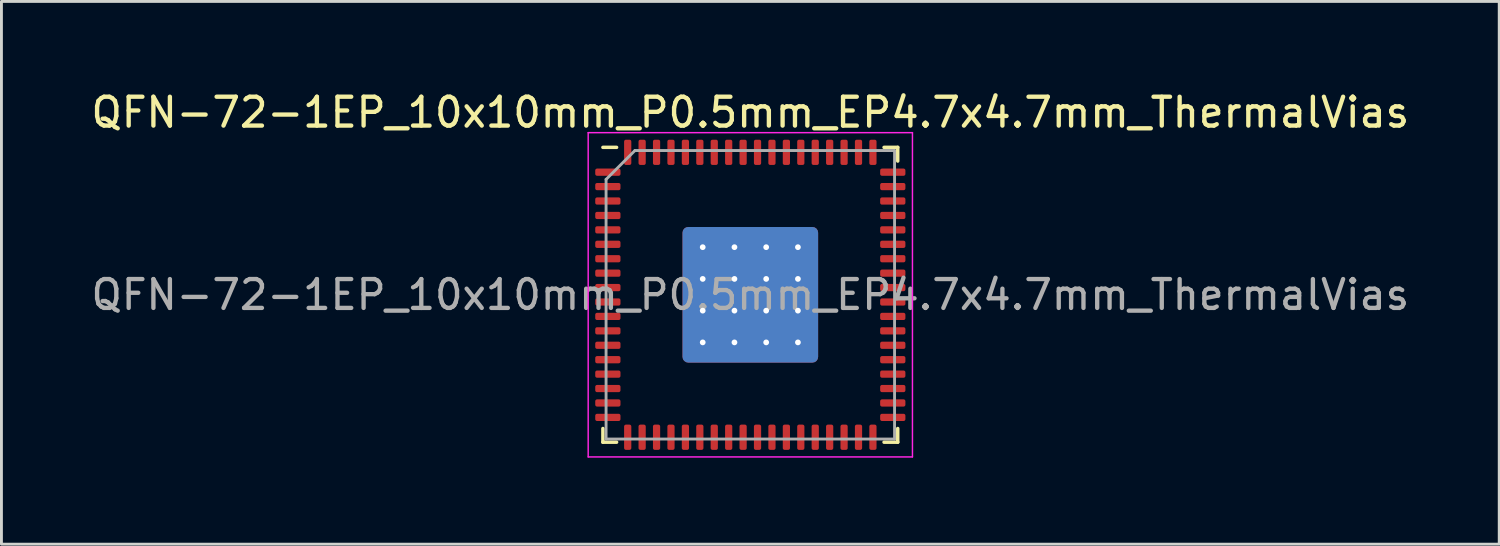
<source format=kicad_pcb>
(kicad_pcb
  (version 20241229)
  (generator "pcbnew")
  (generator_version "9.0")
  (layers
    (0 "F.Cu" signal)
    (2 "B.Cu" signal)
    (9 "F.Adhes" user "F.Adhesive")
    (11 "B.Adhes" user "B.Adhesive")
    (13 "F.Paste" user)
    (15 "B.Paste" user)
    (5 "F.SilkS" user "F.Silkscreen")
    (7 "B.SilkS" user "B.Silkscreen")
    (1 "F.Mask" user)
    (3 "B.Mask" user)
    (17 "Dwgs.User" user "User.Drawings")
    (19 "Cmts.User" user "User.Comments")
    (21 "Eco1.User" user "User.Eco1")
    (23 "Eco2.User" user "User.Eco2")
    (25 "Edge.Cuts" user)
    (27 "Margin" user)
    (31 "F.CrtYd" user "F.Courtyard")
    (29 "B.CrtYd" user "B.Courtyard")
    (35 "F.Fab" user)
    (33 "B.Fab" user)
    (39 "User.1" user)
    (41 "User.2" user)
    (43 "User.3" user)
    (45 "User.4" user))
  (footprint "QFN-72-1EP_10x10mm_P0.5mm_EP4.7x4.7mm_ThermalVias"
    (layer "F.Cu")
    (at 22.958 7.168)
    (property "Reference" "QFN-72-1EP_10x10mm_P0.5mm_EP4.7x4.7mm_ThermalVias" (at 0 -6.32 0) (layer "F.SilkS") (effects (font (size 1 1) (thickness 0.15))))
    (attr smd)
    (fp_line (start -5.11 5.11) (end -5.11 4.635) (stroke (width 0.12) (type solid)) (layer "F.SilkS"))
    (fp_line (start -4.635 -5.11) (end -5.11 -5.11) (stroke (width 0.12) (type solid)) (layer "F.SilkS"))
    (fp_line (start -4.635 5.11) (end -5.11 5.11) (stroke (width 0.12) (type solid)) (layer "F.SilkS"))
    (fp_line (start 4.635 -5.11) (end 5.11 -5.11) (stroke (width 0.12) (type solid)) (layer "F.SilkS"))
    (fp_line (start 4.635 5.11) (end 5.11 5.11) (stroke (width 0.12) (type solid)) (layer "F.SilkS"))
    (fp_line (start 5.11 -5.11) (end 5.11 -4.635) (stroke (width 0.12) (type solid)) (layer "F.SilkS"))
    (fp_line (start 5.11 5.11) (end 5.11 4.635) (stroke (width 0.12) (type solid)) (layer "F.SilkS"))
    (fp_line (start -5.62 -5.62) (end -5.62 5.62) (stroke (width 0.05) (type solid)) (layer "F.CrtYd"))
    (fp_line (start -5.62 5.62) (end 5.62 5.62) (stroke (width 0.05) (type solid)) (layer "F.CrtYd"))
    (fp_line (start 5.62 -5.62) (end -5.62 -5.62) (stroke (width 0.05) (type solid)) (layer "F.CrtYd"))
    (fp_line (start 5.62 5.62) (end 5.62 -5.62) (stroke (width 0.05) (type solid)) (layer "F.CrtYd"))
    (fp_line (start -5 -4) (end -4 -5) (stroke (width 0.1) (type solid)) (layer "F.Fab"))
    (fp_line (start -5 5) (end -5 -4) (stroke (width 0.1) (type solid)) (layer "F.Fab"))
    (fp_line (start -4 -5) (end 5 -5) (stroke (width 0.1) (type solid)) (layer "F.Fab"))
    (fp_line (start 5 -5) (end 5 5) (stroke (width 0.1) (type solid)) (layer "F.Fab"))
    (fp_line (start 5 5) (end -5 5) (stroke (width 0.1) (type solid)) (layer "F.Fab"))
    (fp_text user "${REFERENCE}" (at 0 0 0) (layer "F.Fab") (effects (font (size 1 1) (thickness 0.15))))
    (pad "" smd roundrect (at -1.1 -1.1) (size 0.93 0.93) (layers "F.Paste") (roundrect_rratio 0.25))
    (pad "" smd roundrect (at -1.1 0) (size 0.93 0.93) (layers "F.Paste") (roundrect_rratio 0.25))
    (pad "" smd roundrect (at -1.1 1.1) (size 0.93 0.93) (layers "F.Paste") (roundrect_rratio 0.25))
    (pad "" smd roundrect (at 0 -1.1) (size 0.93 0.93) (layers "F.Paste") (roundrect_rratio 0.25))
    (pad "" smd roundrect (at 0 0) (size 0.93 0.93) (layers "F.Paste") (roundrect_rratio 0.25))
    (pad "" smd roundrect (at 0 1.1) (size 0.93 0.93) (layers "F.Paste") (roundrect_rratio 0.25))
    (pad "" smd roundrect (at 1.1 -1.1) (size 0.93 0.93) (layers "F.Paste") (roundrect_rratio 0.25))
    (pad "" smd roundrect (at 1.1 0) (size 0.93 0.93) (layers "F.Paste") (roundrect_rratio 0.25))
    (pad "" smd roundrect (at 1.1 1.1) (size 0.93 0.93) (layers "F.Paste") (roundrect_rratio 0.25))
    (pad "1" smd roundrect (at -4.938 -4.25) (size 0.875 0.25) (layers "F.Cu" "F.Mask" "F.Paste") (roundrect_rratio 0.25))
    (pad "2" smd roundrect (at -4.938 -3.75) (size 0.875 0.25) (layers "F.Cu" "F.Mask" "F.Paste") (roundrect_rratio 0.25))
    (pad "3" smd roundrect (at -4.938 -3.25) (size 0.875 0.25) (layers "F.Cu" "F.Mask" "F.Paste") (roundrect_rratio 0.25))
    (pad "4" smd roundrect (at -4.938 -2.75) (size 0.875 0.25) (layers "F.Cu" "F.Mask" "F.Paste") (roundrect_rratio 0.25))
    (pad "5" smd roundrect (at -4.938 -2.25) (size 0.875 0.25) (layers "F.Cu" "F.Mask" "F.Paste") (roundrect_rratio 0.25))
    (pad "6" smd roundrect (at -4.938 -1.75) (size 0.875 0.25) (layers "F.Cu" "F.Mask" "F.Paste") (roundrect_rratio 0.25))
    (pad "7" smd roundrect (at -4.938 -1.25) (size 0.875 0.25) (layers "F.Cu" "F.Mask" "F.Paste") (roundrect_rratio 0.25))
    (pad "8" smd roundrect (at -4.938 -0.75) (size 0.875 0.25) (layers "F.Cu" "F.Mask" "F.Paste") (roundrect_rratio 0.25))
    (pad "9" smd roundrect (at -4.938 -0.25) (size 0.875 0.25) (layers "F.Cu" "F.Mask" "F.Paste") (roundrect_rratio 0.25))
    (pad "10" smd roundrect (at -4.938 0.25) (size 0.875 0.25) (layers "F.Cu" "F.Mask" "F.Paste") (roundrect_rratio 0.25))
    (pad "11" smd roundrect (at -4.938 0.75) (size 0.875 0.25) (layers "F.Cu" "F.Mask" "F.Paste") (roundrect_rratio 0.25))
    (pad "12" smd roundrect (at -4.938 1.25) (size 0.875 0.25) (layers "F.Cu" "F.Mask" "F.Paste") (roundrect_rratio 0.25))
    (pad "13" smd roundrect (at -4.938 1.75) (size 0.875 0.25) (layers "F.Cu" "F.Mask" "F.Paste") (roundrect_rratio 0.25))
    (pad "14" smd roundrect (at -4.938 2.25) (size 0.875 0.25) (layers "F.Cu" "F.Mask" "F.Paste") (roundrect_rratio 0.25))
    (pad "15" smd roundrect (at -4.938 2.75) (size 0.875 0.25) (layers "F.Cu" "F.Mask" "F.Paste") (roundrect_rratio 0.25))
    (pad "16" smd roundrect (at -4.938 3.25) (size 0.875 0.25) (layers "F.Cu" "F.Mask" "F.Paste") (roundrect_rratio 0.25))
    (pad "17" smd roundrect (at -4.938 3.75) (size 0.875 0.25) (layers "F.Cu" "F.Mask" "F.Paste") (roundrect_rratio 0.25))
    (pad "18" smd roundrect (at -4.938 4.25) (size 0.875 0.25) (layers "F.Cu" "F.Mask" "F.Paste") (roundrect_rratio 0.25))
    (pad "19" smd roundrect (at -4.25 4.938) (size 0.25 0.875) (layers "F.Cu" "F.Mask" "F.Paste") (roundrect_rratio 0.25))
    (pad "20" smd roundrect (at -3.75 4.938) (size 0.25 0.875) (layers "F.Cu" "F.Mask" "F.Paste") (roundrect_rratio 0.25))
    (pad "21" smd roundrect (at -3.25 4.938) (size 0.25 0.875) (layers "F.Cu" "F.Mask" "F.Paste") (roundrect_rratio 0.25))
    (pad "22" smd roundrect (at -2.75 4.938) (size 0.25 0.875) (layers "F.Cu" "F.Mask" "F.Paste") (roundrect_rratio 0.25))
    (pad "23" smd roundrect (at -2.25 4.938) (size 0.25 0.875) (layers "F.Cu" "F.Mask" "F.Paste") (roundrect_rratio 0.25))
    (pad "24" smd roundrect (at -1.75 4.938) (size 0.25 0.875) (layers "F.Cu" "F.Mask" "F.Paste") (roundrect_rratio 0.25))
    (pad "25" smd roundrect (at -1.25 4.938) (size 0.25 0.875) (layers "F.Cu" "F.Mask" "F.Paste") (roundrect_rratio 0.25))
    (pad "26" smd roundrect (at -0.75 4.938) (size 0.25 0.875) (layers "F.Cu" "F.Mask" "F.Paste") (roundrect_rratio 0.25))
    (pad "27" smd roundrect (at -0.25 4.938) (size 0.25 0.875) (layers "F.Cu" "F.Mask" "F.Paste") (roundrect_rratio 0.25))
    (pad "28" smd roundrect (at 0.25 4.938) (size 0.25 0.875) (layers "F.Cu" "F.Mask" "F.Paste") (roundrect_rratio 0.25))
    (pad "29" smd roundrect (at 0.75 4.938) (size 0.25 0.875) (layers "F.Cu" "F.Mask" "F.Paste") (roundrect_rratio 0.25))
    (pad "30" smd roundrect (at 1.25 4.938) (size 0.25 0.875) (layers "F.Cu" "F.Mask" "F.Paste") (roundrect_rratio 0.25))
    (pad "31" smd roundrect (at 1.75 4.938) (size 0.25 0.875) (layers "F.Cu" "F.Mask" "F.Paste") (roundrect_rratio 0.25))
    (pad "32" smd roundrect (at 2.25 4.938) (size 0.25 0.875) (layers "F.Cu" "F.Mask" "F.Paste") (roundrect_rratio 0.25))
    (pad "33" smd roundrect (at 2.75 4.938) (size 0.25 0.875) (layers "F.Cu" "F.Mask" "F.Paste") (roundrect_rratio 0.25))
    (pad "34" smd roundrect (at 3.25 4.938) (size 0.25 0.875) (layers "F.Cu" "F.Mask" "F.Paste") (roundrect_rratio 0.25))
    (pad "35" smd roundrect (at 3.75 4.938) (size 0.25 0.875) (layers "F.Cu" "F.Mask" "F.Paste") (roundrect_rratio 0.25))
    (pad "36" smd roundrect (at 4.25 4.938) (size 0.25 0.875) (layers "F.Cu" "F.Mask" "F.Paste") (roundrect_rratio 0.25))
    (pad "37" smd roundrect (at 4.938 4.25) (size 0.875 0.25) (layers "F.Cu" "F.Mask" "F.Paste") (roundrect_rratio 0.25))
    (pad "38" smd roundrect (at 4.938 3.75) (size 0.875 0.25) (layers "F.Cu" "F.Mask" "F.Paste") (roundrect_rratio 0.25))
    (pad "39" smd roundrect (at 4.938 3.25) (size 0.875 0.25) (layers "F.Cu" "F.Mask" "F.Paste") (roundrect_rratio 0.25))
    (pad "40" smd roundrect (at 4.938 2.75) (size 0.875 0.25) (layers "F.Cu" "F.Mask" "F.Paste") (roundrect_rratio 0.25))
    (pad "41" smd roundrect (at 4.938 2.25) (size 0.875 0.25) (layers "F.Cu" "F.Mask" "F.Paste") (roundrect_rratio 0.25))
    (pad "42" smd roundrect (at 4.938 1.75) (size 0.875 0.25) (layers "F.Cu" "F.Mask" "F.Paste") (roundrect_rratio 0.25))
    (pad "43" smd roundrect (at 4.938 1.25) (size 0.875 0.25) (layers "F.Cu" "F.Mask" "F.Paste") (roundrect_rratio 0.25))
    (pad "44" smd roundrect (at 4.938 0.75) (size 0.875 0.25) (layers "F.Cu" "F.Mask" "F.Paste") (roundrect_rratio 0.25))
    (pad "45" smd roundrect (at 4.938 0.25) (size 0.875 0.25) (layers "F.Cu" "F.Mask" "F.Paste") (roundrect_rratio 0.25))
    (pad "46" smd roundrect (at 4.938 -0.25) (size 0.875 0.25) (layers "F.Cu" "F.Mask" "F.Paste") (roundrect_rratio 0.25))
    (pad "47" smd roundrect (at 4.938 -0.75) (size 0.875 0.25) (layers "F.Cu" "F.Mask" "F.Paste") (roundrect_rratio 0.25))
    (pad "48" smd roundrect (at 4.938 -1.25) (size 0.875 0.25) (layers "F.Cu" "F.Mask" "F.Paste") (roundrect_rratio 0.25))
    (pad "49" smd roundrect (at 4.938 -1.75) (size 0.875 0.25) (layers "F.Cu" "F.Mask" "F.Paste") (roundrect_rratio 0.25))
    (pad "50" smd roundrect (at 4.938 -2.25) (size 0.875 0.25) (layers "F.Cu" "F.Mask" "F.Paste") (roundrect_rratio 0.25))
    (pad "51" smd roundrect (at 4.938 -2.75) (size 0.875 0.25) (layers "F.Cu" "F.Mask" "F.Paste") (roundrect_rratio 0.25))
    (pad "52" smd roundrect (at 4.938 -3.25) (size 0.875 0.25) (layers "F.Cu" "F.Mask" "F.Paste") (roundrect_rratio 0.25))
    (pad "53" smd roundrect (at 4.938 -3.75) (size 0.875 0.25) (layers "F.Cu" "F.Mask" "F.Paste") (roundrect_rratio 0.25))
    (pad "54" smd roundrect (at 4.938 -4.25) (size 0.875 0.25) (layers "F.Cu" "F.Mask" "F.Paste") (roundrect_rratio 0.25))
    (pad "55" smd roundrect (at 4.25 -4.938) (size 0.25 0.875) (layers "F.Cu" "F.Mask" "F.Paste") (roundrect_rratio 0.25))
    (pad "56" smd roundrect (at 3.75 -4.938) (size 0.25 0.875) (layers "F.Cu" "F.Mask" "F.Paste") (roundrect_rratio 0.25))
    (pad "57" smd roundrect (at 3.25 -4.938) (size 0.25 0.875) (layers "F.Cu" "F.Mask" "F.Paste") (roundrect_rratio 0.25))
    (pad "58" smd roundrect (at 2.75 -4.938) (size 0.25 0.875) (layers "F.Cu" "F.Mask" "F.Paste") (roundrect_rratio 0.25))
    (pad "59" smd roundrect (at 2.25 -4.938) (size 0.25 0.875) (layers "F.Cu" "F.Mask" "F.Paste") (roundrect_rratio 0.25))
    (pad "60" smd roundrect (at 1.75 -4.938) (size 0.25 0.875) (layers "F.Cu" "F.Mask" "F.Paste") (roundrect_rratio 0.25))
    (pad "61" smd roundrect (at 1.25 -4.938) (size 0.25 0.875) (layers "F.Cu" "F.Mask" "F.Paste") (roundrect_rratio 0.25))
    (pad "62" smd roundrect (at 0.75 -4.938) (size 0.25 0.875) (layers "F.Cu" "F.Mask" "F.Paste") (roundrect_rratio 0.25))
    (pad "63" smd roundrect (at 0.25 -4.938) (size 0.25 0.875) (layers "F.Cu" "F.Mask" "F.Paste") (roundrect_rratio 0.25))
    (pad "64" smd roundrect (at -0.25 -4.938) (size 0.25 0.875) (layers "F.Cu" "F.Mask" "F.Paste") (roundrect_rratio 0.25))
    (pad "65" smd roundrect (at -0.75 -4.938) (size 0.25 0.875) (layers "F.Cu" "F.Mask" "F.Paste") (roundrect_rratio 0.25))
    (pad "66" smd roundrect (at -1.25 -4.938) (size 0.25 0.875) (layers "F.Cu" "F.Mask" "F.Paste") (roundrect_rratio 0.25))
    (pad "67" smd roundrect (at -1.75 -4.938) (size 0.25 0.875) (layers "F.Cu" "F.Mask" "F.Paste") (roundrect_rratio 0.25))
    (pad "68" smd roundrect (at -2.25 -4.938) (size 0.25 0.875) (layers "F.Cu" "F.Mask" "F.Paste") (roundrect_rratio 0.25))
    (pad "69" smd roundrect (at -2.75 -4.938) (size 0.25 0.875) (layers "F.Cu" "F.Mask" "F.Paste") (roundrect_rratio 0.25))
    (pad "70" smd roundrect (at -3.25 -4.938) (size 0.25 0.875) (layers "F.Cu" "F.Mask" "F.Paste") (roundrect_rratio 0.25))
    (pad "71" smd roundrect (at -3.75 -4.938) (size 0.25 0.875) (layers "F.Cu" "F.Mask" "F.Paste") (roundrect_rratio 0.25))
    (pad "72" smd roundrect (at -4.25 -4.938) (size 0.25 0.875) (layers "F.Cu" "F.Mask" "F.Paste") (roundrect_rratio 0.25))
    (pad "73" thru_hole circle (at -1.65 -1.65) (size 0.5 0.5) (drill 0.2) (layers "*.Cu"))
    (pad "73" thru_hole circle (at -1.65 -0.55) (size 0.5 0.5) (drill 0.2) (layers "*.Cu"))
    (pad "73" thru_hole circle (at -1.65 0.55) (size 0.5 0.5) (drill 0.2) (layers "*.Cu"))
    (pad "73" thru_hole circle (at -1.65 1.65) (size 0.5 0.5) (drill 0.2) (layers "*.Cu"))
    (pad "73" thru_hole circle (at -0.55 -1.65) (size 0.5 0.5) (drill 0.2) (layers "*.Cu"))
    (pad "73" thru_hole circle (at -0.55 -0.55) (size 0.5 0.5) (drill 0.2) (layers "*.Cu"))
    (pad "73" thru_hole circle (at -0.55 0.55) (size 0.5 0.5) (drill 0.2) (layers "*.Cu"))
    (pad "73" thru_hole circle (at -0.55 1.65) (size 0.5 0.5) (drill 0.2) (layers "*.Cu"))
    (pad "73" smd roundrect (at 0 0) (size 4.7 4.7) (layers "F.Cu" "F.Mask") (roundrect_rratio 0.042))
    (pad "73" smd roundrect (at 0 0) (size 4.7 4.7) (layers "B.Cu") (roundrect_rratio 0.042))
    (pad "73" thru_hole circle (at 0.55 -1.65) (size 0.5 0.5) (drill 0.2) (layers "*.Cu"))
    (pad "73" thru_hole circle (at 0.55 -0.55) (size 0.5 0.5) (drill 0.2) (layers "*.Cu"))
    (pad "73" thru_hole circle (at 0.55 0.55) (size 0.5 0.5) (drill 0.2) (layers "*.Cu"))
    (pad "73" thru_hole circle (at 0.55 1.65) (size 0.5 0.5) (drill 0.2) (layers "*.Cu"))
    (pad "73" thru_hole circle (at 1.65 -1.65) (size 0.5 0.5) (drill 0.2) (layers "*.Cu"))
    (pad "73" thru_hole circle (at 1.65 -0.55) (size 0.5 0.5) (drill 0.2) (layers "*.Cu"))
    (pad "73" thru_hole circle (at 1.65 0.55) (size 0.5 0.5) (drill 0.2) (layers "*.Cu"))
    (pad "73" thru_hole circle (at 1.65 1.65) (size 0.5 0.5) (drill 0.2) (layers "*.Cu")))
  (gr_rect
    (start -3 -3)
    (end 48.917 15.813)
    (stroke (width 0.1) (type default))
    (fill no)
    (layer "Edge.Cuts")))
</source>
